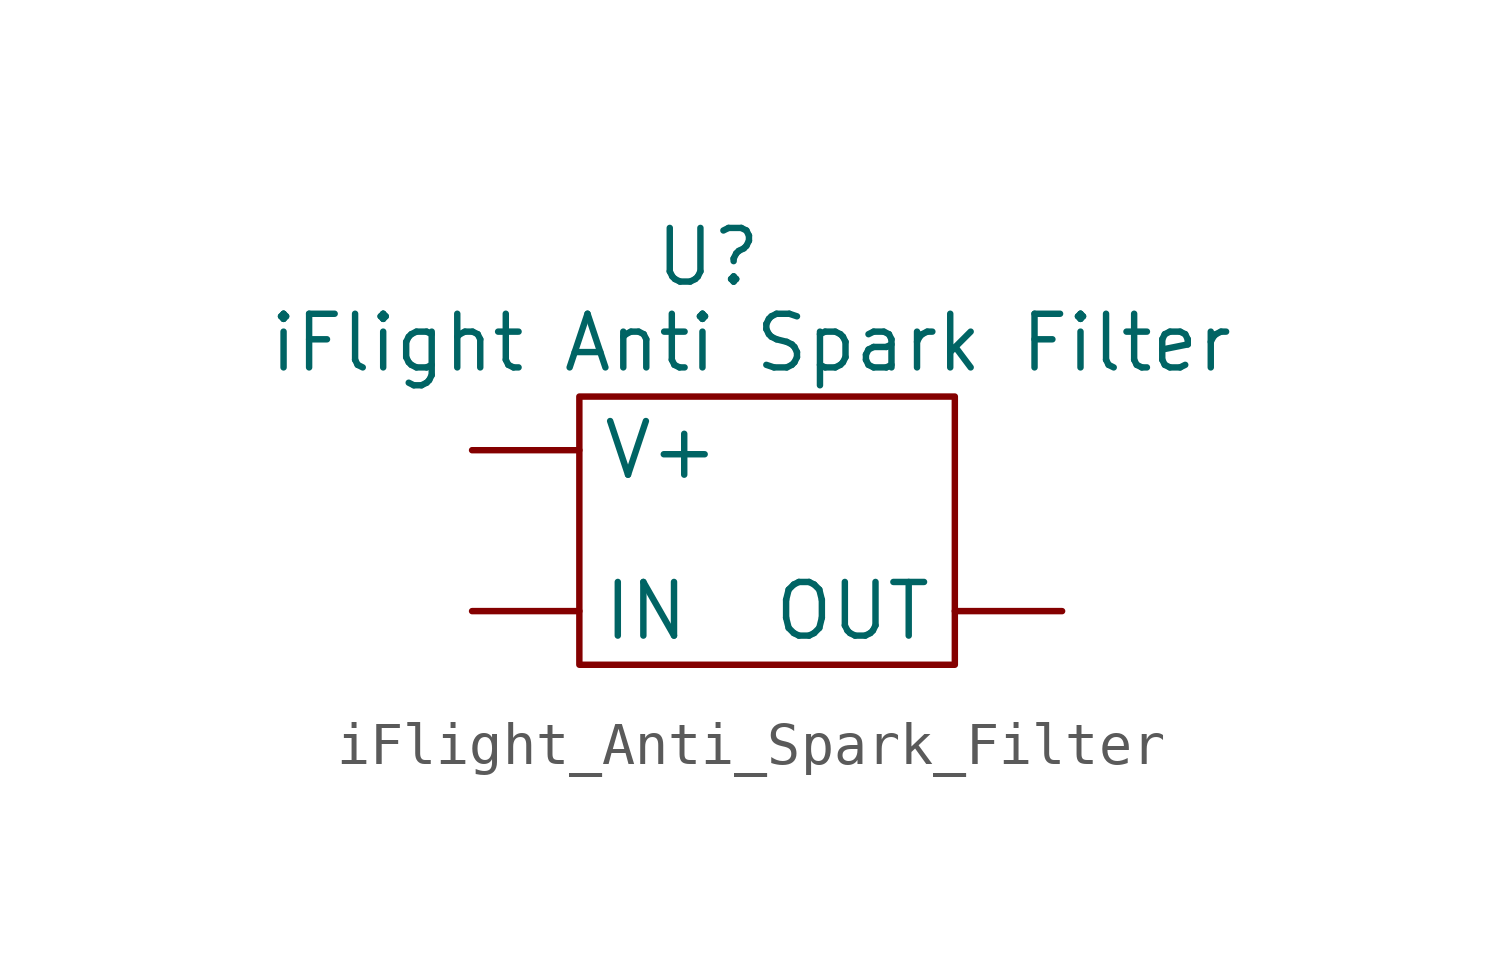
<source format=kicad_sym>
(kicad_symbol_lib
  (version 20231120)
  (generator "kicad_symbol_editor")
  (generator_version "8.0")
  (symbol "iFlight_Anti_Spark_Filter"
    (property "Reference" "U"
      (at -0.762 3.302 0)
      (effects (font (size 1.27 1.27))))
    (property "Value" "iFlight Anti Spark Filter"
      (at 0.254 1.27 0)
      (effects (font (size 1.27 1.27))))
    (symbol "iFlight_Anti_Spark_Filter_0_1"
      (rectangle (start -3.81 -6.35) (end 5.08 0) (stroke (width 0) (type default)) (fill (type none))))
    (symbol "iFlight_Anti_Spark_Filter_1_1"
      (pin power_in line (at -6.35 -5.08 0) (length 2.54) (name "IN" (effects (font (size 1.27 1.27)))) (number "" (effects (font (size 1.27 1.27)))))
      (pin power_out line (at 7.62 -5.08 180) (length 2.54) (name "OUT" (effects (font (size 1.27 1.27)))) (number "" (effects (font (size 1.27 1.27)))))
      (pin power_in line (at -6.35 -1.27 0) (length 2.54) (name "V+" (effects (font (size 1.27 1.27)))) (number "" (effects (font (size 1.27 1.27))))))))
</source>
